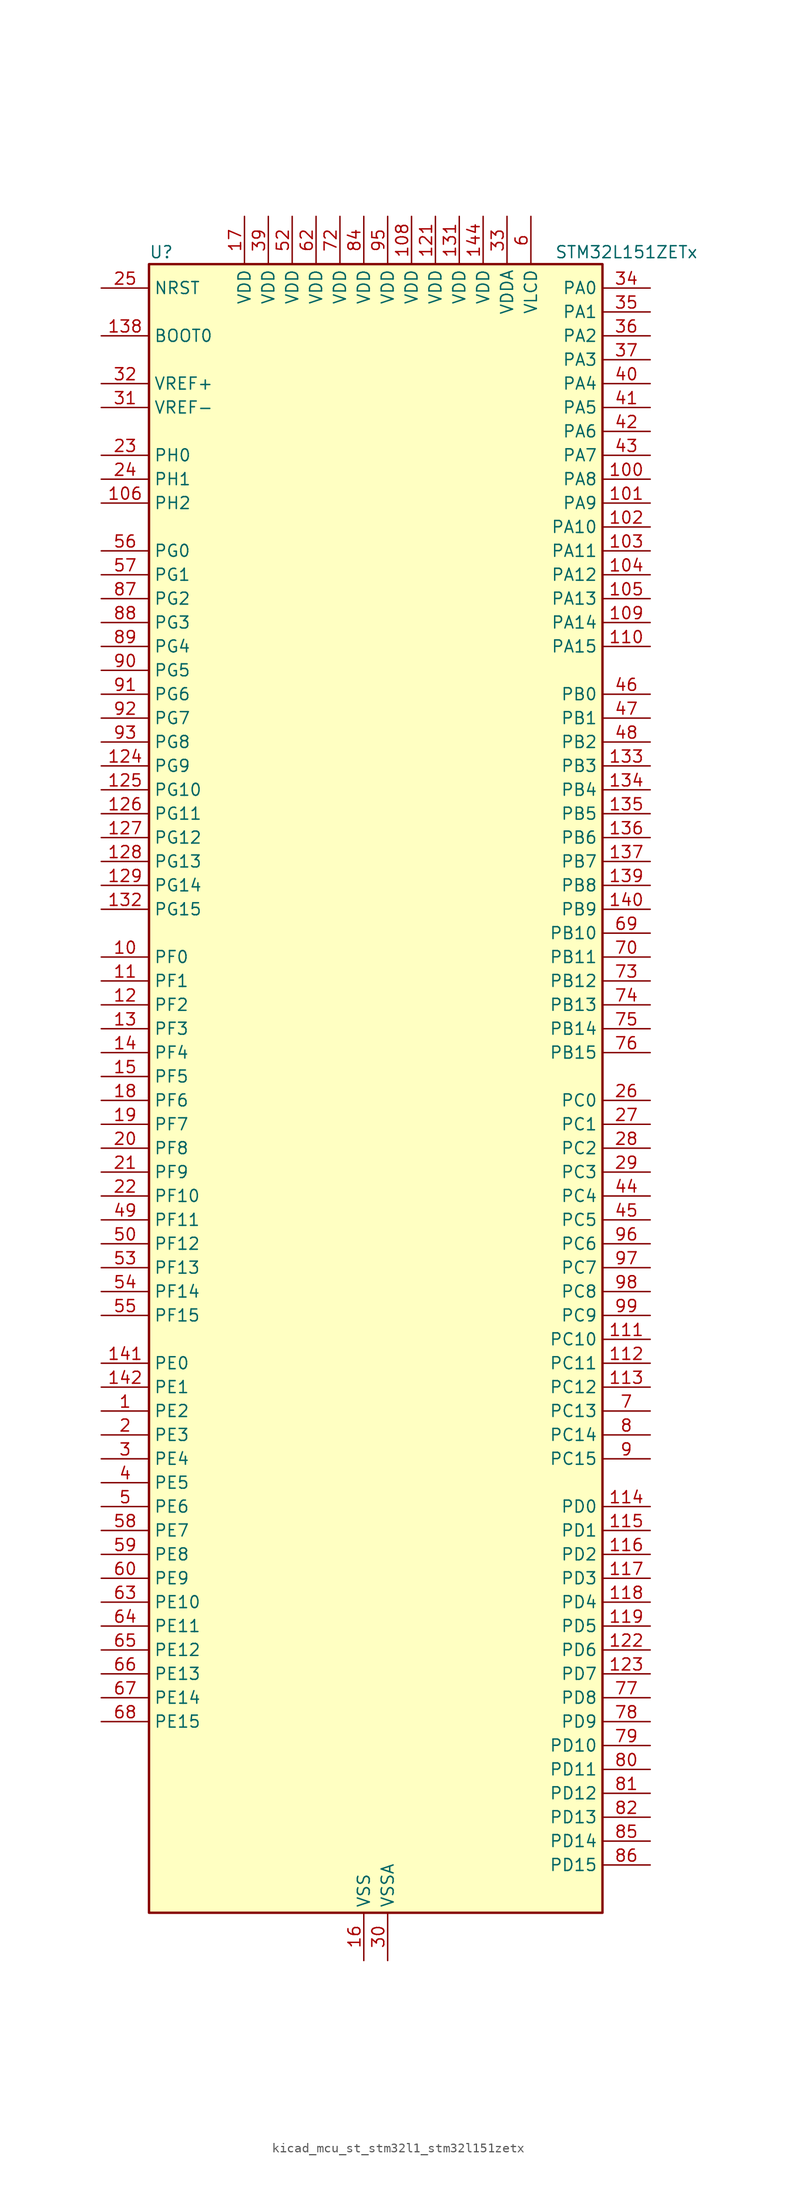
<source format=kicad_sym>
(kicad_symbol_lib
  (version 20220914)
  (generator kicad_symbol_editor)
  (symbol "kicad_mcu_st_stm32l1_stm32l151zetx"
    (property "Reference" "U"
      (at -22.86 90.17 0)
      (effects (font (size 1.27 1.27)) (justify left)))
    (property "Value" "STM32L151ZETx"
      (at 20.32 90.17 0)
      (effects (font (size 1.27 1.27)) (justify left)))
    (property "ki_locked" ""
      (at 0 0 0)
      (effects (font (size 1.27 1.27))))
    (symbol "kicad_mcu_st_stm32l1_stm32l151zetx_0_1"
      (rectangle (start -22.86 -86.36) (end 25.4 88.9) (stroke (width 0.254) (type default)) (fill (type background))))
    (symbol "kicad_mcu_st_stm32l1_stm32l151zetx_1_1"
      (pin bidirectional line (at -27.94 -33.02 0) (length 5.08) (name "PE2" (effects (font (size 1.27 1.27)))) (number "1" (effects (font (size 1.27 1.27)))) (alternate "SYS_TRACECK" bidirectional line) (alternate "TIM3_ETR" bidirectional line) (alternate "TIMX_IC3" bidirectional line))
      (pin bidirectional line (at -27.94 15.24 0) (length 5.08) (name "PF0" (effects (font (size 1.27 1.27)))) (number "10" (effects (font (size 1.27 1.27)))))
      (pin bidirectional line (at 30.48 66.04 180) (length 5.08) (name "PA8" (effects (font (size 1.27 1.27)))) (number "100" (effects (font (size 1.27 1.27)))) (alternate "RCC_MCO" bidirectional line) (alternate "TIMX_IC1" bidirectional line) (alternate "TS_G4_IO1" bidirectional line) (alternate "USART1_CK" bidirectional line))
      (pin bidirectional line (at 30.48 63.5 180) (length 5.08) (name "PA9" (effects (font (size 1.27 1.27)))) (number "101" (effects (font (size 1.27 1.27)))) (alternate "DAC_EXTI9" bidirectional line) (alternate "TIMX_IC2" bidirectional line) (alternate "TS_G4_IO2" bidirectional line) (alternate "USART1_TX" bidirectional line))
      (pin bidirectional line (at 30.48 60.96 180) (length 5.08) (name "PA10" (effects (font (size 1.27 1.27)))) (number "102" (effects (font (size 1.27 1.27)))) (alternate "TIMX_IC3" bidirectional line) (alternate "TS_G4_IO3" bidirectional line) (alternate "USART1_RX" bidirectional line))
      (pin bidirectional line (at 30.48 58.42 180) (length 5.08) (name "PA11" (effects (font (size 1.27 1.27)))) (number "103" (effects (font (size 1.27 1.27)))) (alternate "ADC_EXTI11" bidirectional line) (alternate "SPI1_MISO" bidirectional line) (alternate "TIMX_IC4" bidirectional line) (alternate "USART1_CTS" bidirectional line) (alternate "USB_DM" bidirectional line))
      (pin bidirectional line (at 30.48 55.88 180) (length 5.08) (name "PA12" (effects (font (size 1.27 1.27)))) (number "104" (effects (font (size 1.27 1.27)))) (alternate "SPI1_MOSI" bidirectional line) (alternate "TIMX_IC1" bidirectional line) (alternate "USART1_RTS" bidirectional line) (alternate "USB_DP" bidirectional line))
      (pin bidirectional line (at 30.48 53.34 180) (length 5.08) (name "PA13" (effects (font (size 1.27 1.27)))) (number "105" (effects (font (size 1.27 1.27)))) (alternate "SYS_JTMS-SWDIO" bidirectional line) (alternate "TIMX_IC2" bidirectional line) (alternate "TS_G5_IO1" bidirectional line))
      (pin bidirectional line (at -27.94 63.5 0) (length 5.08) (name "PH2" (effects (font (size 1.27 1.27)))) (number "106" (effects (font (size 1.27 1.27)))))
      (pin passive line (at 0 -91.44 90) (length 5.08) hide (name "VSS" (effects (font (size 1.27 1.27)))) (number "107" (effects (font (size 1.27 1.27)))))
      (pin power_in line (at 5.08 93.98 270) (length 5.08) (name "VDD" (effects (font (size 1.27 1.27)))) (number "108" (effects (font (size 1.27 1.27)))))
      (pin bidirectional line (at 30.48 50.8 180) (length 5.08) (name "PA14" (effects (font (size 1.27 1.27)))) (number "109" (effects (font (size 1.27 1.27)))) (alternate "SYS_JTCK-SWCLK" bidirectional line) (alternate "TIMX_IC3" bidirectional line) (alternate "TS_G5_IO2" bidirectional line))
      (pin bidirectional line (at -27.94 12.7 0) (length 5.08) (name "PF1" (effects (font (size 1.27 1.27)))) (number "11" (effects (font (size 1.27 1.27)))))
      (pin bidirectional line (at 30.48 48.26 180) (length 5.08) (name "PA15" (effects (font (size 1.27 1.27)))) (number "110" (effects (font (size 1.27 1.27)))) (alternate "ADC_EXTI15" bidirectional line) (alternate "I2S3_WS" bidirectional line) (alternate "SPI1_NSS" bidirectional line) (alternate "SPI3_NSS" bidirectional line) (alternate "SYS_JTDI" bidirectional line) (alternate "TIM2_CH1" bidirectional line) (alternate "TIM2_ETR" bidirectional line) (alternate "TIMX_IC4" bidirectional line) (alternate "TS_G5_IO3" bidirectional line))
      (pin bidirectional line (at 30.48 -25.4 180) (length 5.08) (name "PC10" (effects (font (size 1.27 1.27)))) (number "111" (effects (font (size 1.27 1.27)))) (alternate "I2S3_CK" bidirectional line) (alternate "SPI3_SCK" bidirectional line) (alternate "TIMX_IC3" bidirectional line) (alternate "UART4_TX" bidirectional line) (alternate "USART3_TX" bidirectional line))
      (pin bidirectional line (at 30.48 -27.94 180) (length 5.08) (name "PC11" (effects (font (size 1.27 1.27)))) (number "112" (effects (font (size 1.27 1.27)))) (alternate "ADC_EXTI11" bidirectional line) (alternate "SPI3_MISO" bidirectional line) (alternate "TIMX_IC4" bidirectional line) (alternate "UART4_RX" bidirectional line) (alternate "USART3_RX" bidirectional line))
      (pin bidirectional line (at 30.48 -30.48 180) (length 5.08) (name "PC12" (effects (font (size 1.27 1.27)))) (number "113" (effects (font (size 1.27 1.27)))) (alternate "I2S3_SD" bidirectional line) (alternate "SPI3_MOSI" bidirectional line) (alternate "TIMX_IC1" bidirectional line) (alternate "UART5_TX" bidirectional line) (alternate "USART3_CK" bidirectional line))
      (pin bidirectional line (at 30.48 -43.18 180) (length 5.08) (name "PD0" (effects (font (size 1.27 1.27)))) (number "114" (effects (font (size 1.27 1.27)))) (alternate "I2S2_WS" bidirectional line) (alternate "SPI2_NSS" bidirectional line) (alternate "TIM9_CH1" bidirectional line) (alternate "TIMX_IC1" bidirectional line))
      (pin bidirectional line (at 30.48 -45.72 180) (length 5.08) (name "PD1" (effects (font (size 1.27 1.27)))) (number "115" (effects (font (size 1.27 1.27)))) (alternate "I2S2_CK" bidirectional line) (alternate "SPI2_SCK" bidirectional line) (alternate "TIMX_IC2" bidirectional line))
      (pin bidirectional line (at 30.48 -48.26 180) (length 5.08) (name "PD2" (effects (font (size 1.27 1.27)))) (number "116" (effects (font (size 1.27 1.27)))) (alternate "TIM3_ETR" bidirectional line) (alternate "TIMX_IC3" bidirectional line) (alternate "UART5_RX" bidirectional line))
      (pin bidirectional line (at 30.48 -50.8 180) (length 5.08) (name "PD3" (effects (font (size 1.27 1.27)))) (number "117" (effects (font (size 1.27 1.27)))) (alternate "SPI2_MISO" bidirectional line) (alternate "TIMX_IC4" bidirectional line) (alternate "USART2_CTS" bidirectional line))
      (pin bidirectional line (at 30.48 -53.34 180) (length 5.08) (name "PD4" (effects (font (size 1.27 1.27)))) (number "118" (effects (font (size 1.27 1.27)))) (alternate "I2S2_SD" bidirectional line) (alternate "SPI2_MOSI" bidirectional line) (alternate "TIMX_IC1" bidirectional line) (alternate "USART2_RTS" bidirectional line))
      (pin bidirectional line (at 30.48 -55.88 180) (length 5.08) (name "PD5" (effects (font (size 1.27 1.27)))) (number "119" (effects (font (size 1.27 1.27)))) (alternate "TIMX_IC2" bidirectional line) (alternate "USART2_TX" bidirectional line))
      (pin bidirectional line (at -27.94 10.16 0) (length 5.08) (name "PF2" (effects (font (size 1.27 1.27)))) (number "12" (effects (font (size 1.27 1.27)))))
      (pin passive line (at 0 -91.44 90) (length 5.08) hide (name "VSS" (effects (font (size 1.27 1.27)))) (number "120" (effects (font (size 1.27 1.27)))))
      (pin power_in line (at 7.62 93.98 270) (length 5.08) (name "VDD" (effects (font (size 1.27 1.27)))) (number "121" (effects (font (size 1.27 1.27)))))
      (pin bidirectional line (at 30.48 -58.42 180) (length 5.08) (name "PD6" (effects (font (size 1.27 1.27)))) (number "122" (effects (font (size 1.27 1.27)))) (alternate "TIMX_IC3" bidirectional line) (alternate "USART2_RX" bidirectional line))
      (pin bidirectional line (at 30.48 -60.96 180) (length 5.08) (name "PD7" (effects (font (size 1.27 1.27)))) (number "123" (effects (font (size 1.27 1.27)))) (alternate "TIM9_CH2" bidirectional line) (alternate "TIMX_IC4" bidirectional line) (alternate "USART2_CK" bidirectional line))
      (pin bidirectional line (at -27.94 35.56 0) (length 5.08) (name "PG9" (effects (font (size 1.27 1.27)))) (number "124" (effects (font (size 1.27 1.27)))) (alternate "DAC_EXTI9" bidirectional line))
      (pin bidirectional line (at -27.94 33.02 0) (length 5.08) (name "PG10" (effects (font (size 1.27 1.27)))) (number "125" (effects (font (size 1.27 1.27)))))
      (pin bidirectional line (at -27.94 30.48 0) (length 5.08) (name "PG11" (effects (font (size 1.27 1.27)))) (number "126" (effects (font (size 1.27 1.27)))) (alternate "ADC_EXTI11" bidirectional line))
      (pin bidirectional line (at -27.94 27.94 0) (length 5.08) (name "PG12" (effects (font (size 1.27 1.27)))) (number "127" (effects (font (size 1.27 1.27)))))
      (pin bidirectional line (at -27.94 25.4 0) (length 5.08) (name "PG13" (effects (font (size 1.27 1.27)))) (number "128" (effects (font (size 1.27 1.27)))))
      (pin bidirectional line (at -27.94 22.86 0) (length 5.08) (name "PG14" (effects (font (size 1.27 1.27)))) (number "129" (effects (font (size 1.27 1.27)))))
      (pin bidirectional line (at -27.94 7.62 0) (length 5.08) (name "PF3" (effects (font (size 1.27 1.27)))) (number "13" (effects (font (size 1.27 1.27)))))
      (pin passive line (at 0 -91.44 90) (length 5.08) hide (name "VSS" (effects (font (size 1.27 1.27)))) (number "130" (effects (font (size 1.27 1.27)))))
      (pin power_in line (at 10.16 93.98 270) (length 5.08) (name "VDD" (effects (font (size 1.27 1.27)))) (number "131" (effects (font (size 1.27 1.27)))))
      (pin bidirectional line (at -27.94 20.32 0) (length 5.08) (name "PG15" (effects (font (size 1.27 1.27)))) (number "132" (effects (font (size 1.27 1.27)))) (alternate "ADC_EXTI15" bidirectional line))
      (pin bidirectional line (at 30.48 35.56 180) (length 5.08) (name "PB3" (effects (font (size 1.27 1.27)))) (number "133" (effects (font (size 1.27 1.27)))) (alternate "COMP2_INM" bidirectional line) (alternate "I2S3_CK" bidirectional line) (alternate "SPI1_SCK" bidirectional line) (alternate "SPI3_SCK" bidirectional line) (alternate "SYS_JTDO-TRACESWO" bidirectional line) (alternate "TIM2_CH2" bidirectional line))
      (pin bidirectional line (at 30.48 33.02 180) (length 5.08) (name "PB4" (effects (font (size 1.27 1.27)))) (number "134" (effects (font (size 1.27 1.27)))) (alternate "COMP2_INP" bidirectional line) (alternate "SPI1_MISO" bidirectional line) (alternate "SPI3_MISO" bidirectional line) (alternate "SYS_JTRST" bidirectional line) (alternate "TIM3_CH1" bidirectional line) (alternate "TS_G6_IO1" bidirectional line))
      (pin bidirectional line (at 30.48 30.48 180) (length 5.08) (name "PB5" (effects (font (size 1.27 1.27)))) (number "135" (effects (font (size 1.27 1.27)))) (alternate "COMP2_INP" bidirectional line) (alternate "I2C1_SMBA" bidirectional line) (alternate "I2S3_SD" bidirectional line) (alternate "SPI1_MOSI" bidirectional line) (alternate "SPI3_MOSI" bidirectional line) (alternate "TIM3_CH2" bidirectional line) (alternate "TS_G6_IO2" bidirectional line))
      (pin bidirectional line (at 30.48 27.94 180) (length 5.08) (name "PB6" (effects (font (size 1.27 1.27)))) (number "136" (effects (font (size 1.27 1.27)))) (alternate "COMP2_INP" bidirectional line) (alternate "I2C1_SCL" bidirectional line) (alternate "TIM4_CH1" bidirectional line) (alternate "TS_G6_IO3" bidirectional line) (alternate "USART1_TX" bidirectional line))
      (pin bidirectional line (at 30.48 25.4 180) (length 5.08) (name "PB7" (effects (font (size 1.27 1.27)))) (number "137" (effects (font (size 1.27 1.27)))) (alternate "COMP2_INP" bidirectional line) (alternate "I2C1_SDA" bidirectional line) (alternate "SYS_PVD_IN" bidirectional line) (alternate "TIM4_CH2" bidirectional line) (alternate "TS_G6_IO4" bidirectional line) (alternate "USART1_RX" bidirectional line))
      (pin input line (at -27.94 81.28 0) (length 5.08) (name "BOOT0" (effects (font (size 1.27 1.27)))) (number "138" (effects (font (size 1.27 1.27)))))
      (pin bidirectional line (at 30.48 22.86 180) (length 5.08) (name "PB8" (effects (font (size 1.27 1.27)))) (number "139" (effects (font (size 1.27 1.27)))) (alternate "I2C1_SCL" bidirectional line) (alternate "TIM10_CH1" bidirectional line) (alternate "TIM4_CH3" bidirectional line))
      (pin bidirectional line (at -27.94 5.08 0) (length 5.08) (name "PF4" (effects (font (size 1.27 1.27)))) (number "14" (effects (font (size 1.27 1.27)))))
      (pin bidirectional line (at 30.48 20.32 180) (length 5.08) (name "PB9" (effects (font (size 1.27 1.27)))) (number "140" (effects (font (size 1.27 1.27)))) (alternate "DAC_EXTI9" bidirectional line) (alternate "I2C1_SDA" bidirectional line) (alternate "TIM11_CH1" bidirectional line) (alternate "TIM4_CH4" bidirectional line))
      (pin bidirectional line (at -27.94 -27.94 0) (length 5.08) (name "PE0" (effects (font (size 1.27 1.27)))) (number "141" (effects (font (size 1.27 1.27)))) (alternate "TIM10_CH1" bidirectional line) (alternate "TIM4_ETR" bidirectional line) (alternate "TIMX_IC1" bidirectional line))
      (pin bidirectional line (at -27.94 -30.48 0) (length 5.08) (name "PE1" (effects (font (size 1.27 1.27)))) (number "142" (effects (font (size 1.27 1.27)))) (alternate "TIM11_CH1" bidirectional line) (alternate "TIMX_IC2" bidirectional line))
      (pin passive line (at 0 -91.44 90) (length 5.08) hide (name "VSS" (effects (font (size 1.27 1.27)))) (number "143" (effects (font (size 1.27 1.27)))))
      (pin power_in line (at 12.7 93.98 270) (length 5.08) (name "VDD" (effects (font (size 1.27 1.27)))) (number "144" (effects (font (size 1.27 1.27)))))
      (pin bidirectional line (at -27.94 2.54 0) (length 5.08) (name "PF5" (effects (font (size 1.27 1.27)))) (number "15" (effects (font (size 1.27 1.27)))))
      (pin power_in line (at 0 -91.44 90) (length 5.08) (name "VSS" (effects (font (size 1.27 1.27)))) (number "16" (effects (font (size 1.27 1.27)))))
      (pin power_in line (at -12.7 93.98 270) (length 5.08) (name "VDD" (effects (font (size 1.27 1.27)))) (number "17" (effects (font (size 1.27 1.27)))))
      (pin bidirectional line (at -27.94 0 0) (length 5.08) (name "PF6" (effects (font (size 1.27 1.27)))) (number "18" (effects (font (size 1.27 1.27)))) (alternate "ADC_IN27" bidirectional line) (alternate "TIM5_CH1" bidirectional line) (alternate "TIM5_ETR" bidirectional line) (alternate "TS_G11_IO1" bidirectional line))
      (pin bidirectional line (at -27.94 -2.54 0) (length 5.08) (name "PF7" (effects (font (size 1.27 1.27)))) (number "19" (effects (font (size 1.27 1.27)))) (alternate "ADC_IN28" bidirectional line) (alternate "COMP1_INP" bidirectional line) (alternate "TIM5_CH2" bidirectional line) (alternate "TS_G11_IO2" bidirectional line))
      (pin bidirectional line (at -27.94 -35.56 0) (length 5.08) (name "PE3" (effects (font (size 1.27 1.27)))) (number "2" (effects (font (size 1.27 1.27)))) (alternate "SYS_TRACED0" bidirectional line) (alternate "TIM3_CH1" bidirectional line) (alternate "TIMX_IC4" bidirectional line))
      (pin bidirectional line (at -27.94 -5.08 0) (length 5.08) (name "PF8" (effects (font (size 1.27 1.27)))) (number "20" (effects (font (size 1.27 1.27)))) (alternate "ADC_IN29" bidirectional line) (alternate "COMP1_INP" bidirectional line) (alternate "TIM5_CH3" bidirectional line) (alternate "TS_G11_IO3" bidirectional line))
      (pin bidirectional line (at -27.94 -7.62 0) (length 5.08) (name "PF9" (effects (font (size 1.27 1.27)))) (number "21" (effects (font (size 1.27 1.27)))) (alternate "ADC_IN30" bidirectional line) (alternate "COMP1_INP" bidirectional line) (alternate "DAC_EXTI9" bidirectional line) (alternate "TIM5_CH4" bidirectional line) (alternate "TS_G11_IO4" bidirectional line))
      (pin bidirectional line (at -27.94 -10.16 0) (length 5.08) (name "PF10" (effects (font (size 1.27 1.27)))) (number "22" (effects (font (size 1.27 1.27)))) (alternate "ADC_IN31" bidirectional line) (alternate "COMP1_INP" bidirectional line) (alternate "TS_G11_IO5" bidirectional line))
      (pin bidirectional line (at -27.94 68.58 0) (length 5.08) (name "PH0" (effects (font (size 1.27 1.27)))) (number "23" (effects (font (size 1.27 1.27)))) (alternate "RCC_OSC_IN" bidirectional line))
      (pin bidirectional line (at -27.94 66.04 0) (length 5.08) (name "PH1" (effects (font (size 1.27 1.27)))) (number "24" (effects (font (size 1.27 1.27)))) (alternate "RCC_OSC_OUT" bidirectional line))
      (pin input line (at -27.94 86.36 0) (length 5.08) (name "NRST" (effects (font (size 1.27 1.27)))) (number "25" (effects (font (size 1.27 1.27)))))
      (pin bidirectional line (at 30.48 0 180) (length 5.08) (name "PC0" (effects (font (size 1.27 1.27)))) (number "26" (effects (font (size 1.27 1.27)))) (alternate "ADC_IN10" bidirectional line) (alternate "COMP1_INP" bidirectional line) (alternate "TIMX_IC1" bidirectional line) (alternate "TS_G8_IO1" bidirectional line))
      (pin bidirectional line (at 30.48 -2.54 180) (length 5.08) (name "PC1" (effects (font (size 1.27 1.27)))) (number "27" (effects (font (size 1.27 1.27)))) (alternate "ADC_IN11" bidirectional line) (alternate "COMP1_INP" bidirectional line) (alternate "TIMX_IC2" bidirectional line) (alternate "TS_G8_IO2" bidirectional line))
      (pin bidirectional line (at 30.48 -5.08 180) (length 5.08) (name "PC2" (effects (font (size 1.27 1.27)))) (number "28" (effects (font (size 1.27 1.27)))) (alternate "ADC_IN12" bidirectional line) (alternate "COMP1_INP" bidirectional line) (alternate "TIMX_IC3" bidirectional line) (alternate "TS_G8_IO3" bidirectional line))
      (pin bidirectional line (at 30.48 -7.62 180) (length 5.08) (name "PC3" (effects (font (size 1.27 1.27)))) (number "29" (effects (font (size 1.27 1.27)))) (alternate "ADC_IN13" bidirectional line) (alternate "COMP1_INP" bidirectional line) (alternate "TIMX_IC4" bidirectional line) (alternate "TS_G8_IO4" bidirectional line))
      (pin bidirectional line (at -27.94 -38.1 0) (length 5.08) (name "PE4" (effects (font (size 1.27 1.27)))) (number "3" (effects (font (size 1.27 1.27)))) (alternate "SYS_TRACED1" bidirectional line) (alternate "TIM3_CH2" bidirectional line) (alternate "TIMX_IC1" bidirectional line))
      (pin power_in line (at 2.54 -91.44 90) (length 5.08) (name "VSSA" (effects (font (size 1.27 1.27)))) (number "30" (effects (font (size 1.27 1.27)))))
      (pin input line (at -27.94 73.66 0) (length 5.08) (name "VREF-" (effects (font (size 1.27 1.27)))) (number "31" (effects (font (size 1.27 1.27)))))
      (pin input line (at -27.94 76.2 0) (length 5.08) (name "VREF+" (effects (font (size 1.27 1.27)))) (number "32" (effects (font (size 1.27 1.27)))))
      (pin power_in line (at 15.24 93.98 270) (length 5.08) (name "VDDA" (effects (font (size 1.27 1.27)))) (number "33" (effects (font (size 1.27 1.27)))))
      (pin bidirectional line (at 30.48 86.36 180) (length 5.08) (name "PA0" (effects (font (size 1.27 1.27)))) (number "34" (effects (font (size 1.27 1.27)))) (alternate "ADC_IN0" bidirectional line) (alternate "COMP1_INP" bidirectional line) (alternate "RTC_TAMP2" bidirectional line) (alternate "SYS_WKUP1" bidirectional line) (alternate "TIM2_CH1" bidirectional line) (alternate "TIM2_ETR" bidirectional line) (alternate "TIM5_CH1" bidirectional line) (alternate "TIMX_IC1" bidirectional line) (alternate "TS_G1_IO1" bidirectional line) (alternate "USART2_CTS" bidirectional line))
      (pin bidirectional line (at 30.48 83.82 180) (length 5.08) (name "PA1" (effects (font (size 1.27 1.27)))) (number "35" (effects (font (size 1.27 1.27)))) (alternate "ADC_IN1" bidirectional line) (alternate "COMP1_INP" bidirectional line) (alternate "OPAMP1_VINP" bidirectional line) (alternate "TIM2_CH2" bidirectional line) (alternate "TIM5_CH2" bidirectional line) (alternate "TIMX_IC2" bidirectional line) (alternate "TS_G1_IO2" bidirectional line) (alternate "USART2_RTS" bidirectional line))
      (pin bidirectional line (at 30.48 81.28 180) (length 5.08) (name "PA2" (effects (font (size 1.27 1.27)))) (number "36" (effects (font (size 1.27 1.27)))) (alternate "ADC_IN2" bidirectional line) (alternate "COMP1_INP" bidirectional line) (alternate "OPAMP1_VINM" bidirectional line) (alternate "TIM2_CH3" bidirectional line) (alternate "TIM5_CH3" bidirectional line) (alternate "TIM9_CH1" bidirectional line) (alternate "TIMX_IC3" bidirectional line) (alternate "TS_G1_IO3" bidirectional line) (alternate "USART2_TX" bidirectional line))
      (pin bidirectional line (at 30.48 78.74 180) (length 5.08) (name "PA3" (effects (font (size 1.27 1.27)))) (number "37" (effects (font (size 1.27 1.27)))) (alternate "ADC_IN3" bidirectional line) (alternate "COMP1_INP" bidirectional line) (alternate "OPAMP1_VOUT" bidirectional line) (alternate "TIM2_CH4" bidirectional line) (alternate "TIM5_CH4" bidirectional line) (alternate "TIM9_CH2" bidirectional line) (alternate "TIMX_IC4" bidirectional line) (alternate "TS_G1_IO4" bidirectional line) (alternate "USART2_RX" bidirectional line))
      (pin passive line (at 0 -91.44 90) (length 5.08) hide (name "VSS" (effects (font (size 1.27 1.27)))) (number "38" (effects (font (size 1.27 1.27)))))
      (pin power_in line (at -10.16 93.98 270) (length 5.08) (name "VDD" (effects (font (size 1.27 1.27)))) (number "39" (effects (font (size 1.27 1.27)))))
      (pin bidirectional line (at -27.94 -40.64 0) (length 5.08) (name "PE5" (effects (font (size 1.27 1.27)))) (number "4" (effects (font (size 1.27 1.27)))) (alternate "SYS_TRACED2" bidirectional line) (alternate "TIM9_CH1" bidirectional line) (alternate "TIMX_IC2" bidirectional line))
      (pin bidirectional line (at 30.48 76.2 180) (length 5.08) (name "PA4" (effects (font (size 1.27 1.27)))) (number "40" (effects (font (size 1.27 1.27)))) (alternate "ADC_IN4" bidirectional line) (alternate "COMP1_INP" bidirectional line) (alternate "DAC_OUT1" bidirectional line) (alternate "I2S3_WS" bidirectional line) (alternate "SPI1_NSS" bidirectional line) (alternate "SPI3_NSS" bidirectional line) (alternate "TIMX_IC1" bidirectional line) (alternate "USART2_CK" bidirectional line))
      (pin bidirectional line (at 30.48 73.66 180) (length 5.08) (name "PA5" (effects (font (size 1.27 1.27)))) (number "41" (effects (font (size 1.27 1.27)))) (alternate "ADC_IN5" bidirectional line) (alternate "COMP1_INP" bidirectional line) (alternate "DAC_OUT2" bidirectional line) (alternate "SPI1_SCK" bidirectional line) (alternate "TIM2_CH1" bidirectional line) (alternate "TIM2_ETR" bidirectional line) (alternate "TIMX_IC2" bidirectional line))
      (pin bidirectional line (at 30.48 71.12 180) (length 5.08) (name "PA6" (effects (font (size 1.27 1.27)))) (number "42" (effects (font (size 1.27 1.27)))) (alternate "ADC_IN6" bidirectional line) (alternate "COMP1_INP" bidirectional line) (alternate "OPAMP2_VINP" bidirectional line) (alternate "SPI1_MISO" bidirectional line) (alternate "TIM10_CH1" bidirectional line) (alternate "TIM3_CH1" bidirectional line) (alternate "TIMX_IC3" bidirectional line) (alternate "TS_G2_IO1" bidirectional line))
      (pin bidirectional line (at 30.48 68.58 180) (length 5.08) (name "PA7" (effects (font (size 1.27 1.27)))) (number "43" (effects (font (size 1.27 1.27)))) (alternate "ADC_IN7" bidirectional line) (alternate "COMP1_INP" bidirectional line) (alternate "OPAMP2_VINM" bidirectional line) (alternate "SPI1_MOSI" bidirectional line) (alternate "TIM11_CH1" bidirectional line) (alternate "TIM3_CH2" bidirectional line) (alternate "TIMX_IC4" bidirectional line) (alternate "TS_G2_IO2" bidirectional line))
      (pin bidirectional line (at 30.48 -10.16 180) (length 5.08) (name "PC4" (effects (font (size 1.27 1.27)))) (number "44" (effects (font (size 1.27 1.27)))) (alternate "ADC_IN14" bidirectional line) (alternate "COMP1_INP" bidirectional line) (alternate "TIMX_IC1" bidirectional line) (alternate "TS_G9_IO1" bidirectional line))
      (pin bidirectional line (at 30.48 -12.7 180) (length 5.08) (name "PC5" (effects (font (size 1.27 1.27)))) (number "45" (effects (font (size 1.27 1.27)))) (alternate "ADC_IN15" bidirectional line) (alternate "COMP1_INP" bidirectional line) (alternate "TIMX_IC2" bidirectional line) (alternate "TS_G9_IO2" bidirectional line))
      (pin bidirectional line (at 30.48 43.18 180) (length 5.08) (name "PB0" (effects (font (size 1.27 1.27)))) (number "46" (effects (font (size 1.27 1.27)))) (alternate "ADC_IN8" bidirectional line) (alternate "COMP1_INP" bidirectional line) (alternate "OPAMP2_VOUT" bidirectional line) (alternate "SYS_V_REF_OUT" bidirectional line) (alternate "TIM3_CH3" bidirectional line) (alternate "TS_G3_IO1" bidirectional line))
      (pin bidirectional line (at 30.48 40.64 180) (length 5.08) (name "PB1" (effects (font (size 1.27 1.27)))) (number "47" (effects (font (size 1.27 1.27)))) (alternate "ADC_IN9" bidirectional line) (alternate "COMP1_INP" bidirectional line) (alternate "SYS_V_REF_OUT" bidirectional line) (alternate "TIM3_CH4" bidirectional line) (alternate "TS_G3_IO2" bidirectional line))
      (pin bidirectional line (at 30.48 38.1 180) (length 5.08) (name "PB2" (effects (font (size 1.27 1.27)))) (number "48" (effects (font (size 1.27 1.27)))) (alternate "ADC_IN0b" bidirectional line) (alternate "TS_G3_IO3" bidirectional line))
      (pin bidirectional line (at -27.94 -12.7 0) (length 5.08) (name "PF11" (effects (font (size 1.27 1.27)))) (number "49" (effects (font (size 1.27 1.27)))) (alternate "ADC_EXTI11" bidirectional line) (alternate "ADC_IN1b" bidirectional line) (alternate "TS_G3_IO4" bidirectional line))
      (pin bidirectional line (at -27.94 -43.18 0) (length 5.08) (name "PE6" (effects (font (size 1.27 1.27)))) (number "5" (effects (font (size 1.27 1.27)))) (alternate "RTC_TAMP3" bidirectional line) (alternate "SYS_TRACED3" bidirectional line) (alternate "SYS_WKUP3" bidirectional line) (alternate "TIM9_CH2" bidirectional line) (alternate "TIMX_IC3" bidirectional line))
      (pin bidirectional line (at -27.94 -15.24 0) (length 5.08) (name "PF12" (effects (font (size 1.27 1.27)))) (number "50" (effects (font (size 1.27 1.27)))) (alternate "ADC_IN2b" bidirectional line) (alternate "TS_G3_IO5" bidirectional line))
      (pin passive line (at 0 -91.44 90) (length 5.08) hide (name "VSS" (effects (font (size 1.27 1.27)))) (number "51" (effects (font (size 1.27 1.27)))))
      (pin power_in line (at -7.62 93.98 270) (length 5.08) (name "VDD" (effects (font (size 1.27 1.27)))) (number "52" (effects (font (size 1.27 1.27)))))
      (pin bidirectional line (at -27.94 -17.78 0) (length 5.08) (name "PF13" (effects (font (size 1.27 1.27)))) (number "53" (effects (font (size 1.27 1.27)))) (alternate "ADC_IN3b" bidirectional line) (alternate "TS_G9_IO3" bidirectional line))
      (pin bidirectional line (at -27.94 -20.32 0) (length 5.08) (name "PF14" (effects (font (size 1.27 1.27)))) (number "54" (effects (font (size 1.27 1.27)))) (alternate "ADC_IN6b" bidirectional line) (alternate "TS_G9_IO4" bidirectional line))
      (pin bidirectional line (at -27.94 -22.86 0) (length 5.08) (name "PF15" (effects (font (size 1.27 1.27)))) (number "55" (effects (font (size 1.27 1.27)))) (alternate "ADC_EXTI15" bidirectional line) (alternate "ADC_IN7b" bidirectional line) (alternate "TS_G2_IO3" bidirectional line))
      (pin bidirectional line (at -27.94 58.42 0) (length 5.08) (name "PG0" (effects (font (size 1.27 1.27)))) (number "56" (effects (font (size 1.27 1.27)))) (alternate "ADC_IN8b" bidirectional line) (alternate "TS_G2_IO4" bidirectional line))
      (pin bidirectional line (at -27.94 55.88 0) (length 5.08) (name "PG1" (effects (font (size 1.27 1.27)))) (number "57" (effects (font (size 1.27 1.27)))) (alternate "ADC_IN9b" bidirectional line) (alternate "TS_G2_IO5" bidirectional line))
      (pin bidirectional line (at -27.94 -45.72 0) (length 5.08) (name "PE7" (effects (font (size 1.27 1.27)))) (number "58" (effects (font (size 1.27 1.27)))) (alternate "ADC_IN22" bidirectional line) (alternate "COMP1_INP" bidirectional line) (alternate "TIMX_IC4" bidirectional line))
      (pin bidirectional line (at -27.94 -48.26 0) (length 5.08) (name "PE8" (effects (font (size 1.27 1.27)))) (number "59" (effects (font (size 1.27 1.27)))) (alternate "ADC_IN23" bidirectional line) (alternate "COMP1_INP" bidirectional line) (alternate "TIMX_IC1" bidirectional line))
      (pin power_in line (at 17.78 93.98 270) (length 5.08) (name "VLCD" (effects (font (size 1.27 1.27)))) (number "6" (effects (font (size 1.27 1.27)))))
      (pin bidirectional line (at -27.94 -50.8 0) (length 5.08) (name "PE9" (effects (font (size 1.27 1.27)))) (number "60" (effects (font (size 1.27 1.27)))) (alternate "ADC_IN24" bidirectional line) (alternate "COMP1_INP" bidirectional line) (alternate "DAC_EXTI9" bidirectional line) (alternate "TIM2_CH1" bidirectional line) (alternate "TIM2_ETR" bidirectional line) (alternate "TIMX_IC2" bidirectional line))
      (pin passive line (at 0 -91.44 90) (length 5.08) hide (name "VSS" (effects (font (size 1.27 1.27)))) (number "61" (effects (font (size 1.27 1.27)))))
      (pin power_in line (at -5.08 93.98 270) (length 5.08) (name "VDD" (effects (font (size 1.27 1.27)))) (number "62" (effects (font (size 1.27 1.27)))))
      (pin bidirectional line (at -27.94 -53.34 0) (length 5.08) (name "PE10" (effects (font (size 1.27 1.27)))) (number "63" (effects (font (size 1.27 1.27)))) (alternate "ADC_IN25" bidirectional line) (alternate "COMP1_INP" bidirectional line) (alternate "TIM2_CH2" bidirectional line) (alternate "TIMX_IC3" bidirectional line))
      (pin bidirectional line (at -27.94 -55.88 0) (length 5.08) (name "PE11" (effects (font (size 1.27 1.27)))) (number "64" (effects (font (size 1.27 1.27)))) (alternate "ADC_EXTI11" bidirectional line) (alternate "TIM2_CH3" bidirectional line) (alternate "TIMX_IC4" bidirectional line))
      (pin bidirectional line (at -27.94 -58.42 0) (length 5.08) (name "PE12" (effects (font (size 1.27 1.27)))) (number "65" (effects (font (size 1.27 1.27)))) (alternate "SPI1_NSS" bidirectional line) (alternate "TIM2_CH4" bidirectional line) (alternate "TIMX_IC1" bidirectional line))
      (pin bidirectional line (at -27.94 -60.96 0) (length 5.08) (name "PE13" (effects (font (size 1.27 1.27)))) (number "66" (effects (font (size 1.27 1.27)))) (alternate "SPI1_SCK" bidirectional line) (alternate "TIMX_IC2" bidirectional line))
      (pin bidirectional line (at -27.94 -63.5 0) (length 5.08) (name "PE14" (effects (font (size 1.27 1.27)))) (number "67" (effects (font (size 1.27 1.27)))) (alternate "SPI1_MISO" bidirectional line) (alternate "TIMX_IC3" bidirectional line))
      (pin bidirectional line (at -27.94 -66.04 0) (length 5.08) (name "PE15" (effects (font (size 1.27 1.27)))) (number "68" (effects (font (size 1.27 1.27)))) (alternate "ADC_EXTI15" bidirectional line) (alternate "SPI1_MOSI" bidirectional line) (alternate "TIMX_IC4" bidirectional line))
      (pin bidirectional line (at 30.48 17.78 180) (length 5.08) (name "PB10" (effects (font (size 1.27 1.27)))) (number "69" (effects (font (size 1.27 1.27)))) (alternate "I2C2_SCL" bidirectional line) (alternate "TIM2_CH3" bidirectional line) (alternate "USART3_TX" bidirectional line))
      (pin bidirectional line (at 30.48 -33.02 180) (length 5.08) (name "PC13" (effects (font (size 1.27 1.27)))) (number "7" (effects (font (size 1.27 1.27)))) (alternate "RTC_OUT_ALARM" bidirectional line) (alternate "RTC_OUT_CALIB" bidirectional line) (alternate "RTC_TAMP1" bidirectional line) (alternate "RTC_TS" bidirectional line) (alternate "SYS_WKUP2" bidirectional line) (alternate "TIMX_IC2" bidirectional line))
      (pin bidirectional line (at 30.48 15.24 180) (length 5.08) (name "PB11" (effects (font (size 1.27 1.27)))) (number "70" (effects (font (size 1.27 1.27)))) (alternate "ADC_EXTI11" bidirectional line) (alternate "I2C2_SDA" bidirectional line) (alternate "TIM2_CH4" bidirectional line) (alternate "USART3_RX" bidirectional line))
      (pin passive line (at 0 -91.44 90) (length 5.08) hide (name "VSS" (effects (font (size 1.27 1.27)))) (number "71" (effects (font (size 1.27 1.27)))))
      (pin power_in line (at -2.54 93.98 270) (length 5.08) (name "VDD" (effects (font (size 1.27 1.27)))) (number "72" (effects (font (size 1.27 1.27)))))
      (pin bidirectional line (at 30.48 12.7 180) (length 5.08) (name "PB12" (effects (font (size 1.27 1.27)))) (number "73" (effects (font (size 1.27 1.27)))) (alternate "ADC_IN18" bidirectional line) (alternate "COMP1_INP" bidirectional line) (alternate "I2C2_SMBA" bidirectional line) (alternate "I2S2_WS" bidirectional line) (alternate "SPI2_NSS" bidirectional line) (alternate "TIM10_CH1" bidirectional line) (alternate "TS_G7_IO1" bidirectional line) (alternate "USART3_CK" bidirectional line))
      (pin bidirectional line (at 30.48 10.16 180) (length 5.08) (name "PB13" (effects (font (size 1.27 1.27)))) (number "74" (effects (font (size 1.27 1.27)))) (alternate "ADC_IN19" bidirectional line) (alternate "COMP1_INP" bidirectional line) (alternate "I2S2_CK" bidirectional line) (alternate "SPI2_SCK" bidirectional line) (alternate "TIM9_CH1" bidirectional line) (alternate "TS_G7_IO2" bidirectional line) (alternate "USART3_CTS" bidirectional line))
      (pin bidirectional line (at 30.48 7.62 180) (length 5.08) (name "PB14" (effects (font (size 1.27 1.27)))) (number "75" (effects (font (size 1.27 1.27)))) (alternate "ADC_IN20" bidirectional line) (alternate "COMP1_INP" bidirectional line) (alternate "SPI2_MISO" bidirectional line) (alternate "TIM9_CH2" bidirectional line) (alternate "TS_G7_IO3" bidirectional line) (alternate "USART3_RTS" bidirectional line))
      (pin bidirectional line (at 30.48 5.08 180) (length 5.08) (name "PB15" (effects (font (size 1.27 1.27)))) (number "76" (effects (font (size 1.27 1.27)))) (alternate "ADC_EXTI15" bidirectional line) (alternate "ADC_IN21" bidirectional line) (alternate "COMP1_INP" bidirectional line) (alternate "I2S2_SD" bidirectional line) (alternate "RTC_REFIN" bidirectional line) (alternate "SPI2_MOSI" bidirectional line) (alternate "TIM11_CH1" bidirectional line) (alternate "TS_G7_IO4" bidirectional line))
      (pin bidirectional line (at 30.48 -63.5 180) (length 5.08) (name "PD8" (effects (font (size 1.27 1.27)))) (number "77" (effects (font (size 1.27 1.27)))) (alternate "TIMX_IC1" bidirectional line) (alternate "USART3_TX" bidirectional line))
      (pin bidirectional line (at 30.48 -66.04 180) (length 5.08) (name "PD9" (effects (font (size 1.27 1.27)))) (number "78" (effects (font (size 1.27 1.27)))) (alternate "DAC_EXTI9" bidirectional line) (alternate "TIMX_IC2" bidirectional line) (alternate "USART3_RX" bidirectional line))
      (pin bidirectional line (at 30.48 -68.58 180) (length 5.08) (name "PD10" (effects (font (size 1.27 1.27)))) (number "79" (effects (font (size 1.27 1.27)))) (alternate "TIMX_IC3" bidirectional line) (alternate "USART3_CK" bidirectional line))
      (pin bidirectional line (at 30.48 -35.56 180) (length 5.08) (name "PC14" (effects (font (size 1.27 1.27)))) (number "8" (effects (font (size 1.27 1.27)))) (alternate "RCC_OSC32_IN" bidirectional line) (alternate "TIMX_IC3" bidirectional line))
      (pin bidirectional line (at 30.48 -71.12 180) (length 5.08) (name "PD11" (effects (font (size 1.27 1.27)))) (number "80" (effects (font (size 1.27 1.27)))) (alternate "ADC_EXTI11" bidirectional line) (alternate "TIMX_IC4" bidirectional line) (alternate "USART3_CTS" bidirectional line))
      (pin bidirectional line (at 30.48 -73.66 180) (length 5.08) (name "PD12" (effects (font (size 1.27 1.27)))) (number "81" (effects (font (size 1.27 1.27)))) (alternate "TIM4_CH1" bidirectional line) (alternate "TIMX_IC1" bidirectional line) (alternate "USART3_RTS" bidirectional line))
      (pin bidirectional line (at 30.48 -76.2 180) (length 5.08) (name "PD13" (effects (font (size 1.27 1.27)))) (number "82" (effects (font (size 1.27 1.27)))) (alternate "TIM4_CH2" bidirectional line) (alternate "TIMX_IC2" bidirectional line))
      (pin passive line (at 0 -91.44 90) (length 5.08) hide (name "VSS" (effects (font (size 1.27 1.27)))) (number "83" (effects (font (size 1.27 1.27)))))
      (pin power_in line (at 0 93.98 270) (length 5.08) (name "VDD" (effects (font (size 1.27 1.27)))) (number "84" (effects (font (size 1.27 1.27)))))
      (pin bidirectional line (at 30.48 -78.74 180) (length 5.08) (name "PD14" (effects (font (size 1.27 1.27)))) (number "85" (effects (font (size 1.27 1.27)))) (alternate "TIM4_CH3" bidirectional line) (alternate "TIMX_IC3" bidirectional line))
      (pin bidirectional line (at 30.48 -81.28 180) (length 5.08) (name "PD15" (effects (font (size 1.27 1.27)))) (number "86" (effects (font (size 1.27 1.27)))) (alternate "ADC_EXTI15" bidirectional line) (alternate "TIM4_CH4" bidirectional line) (alternate "TIMX_IC4" bidirectional line))
      (pin bidirectional line (at -27.94 53.34 0) (length 5.08) (name "PG2" (effects (font (size 1.27 1.27)))) (number "87" (effects (font (size 1.27 1.27)))) (alternate "ADC_IN10b" bidirectional line) (alternate "TS_G7_IO5" bidirectional line))
      (pin bidirectional line (at -27.94 50.8 0) (length 5.08) (name "PG3" (effects (font (size 1.27 1.27)))) (number "88" (effects (font (size 1.27 1.27)))) (alternate "ADC_IN11b" bidirectional line) (alternate "TS_G7_IO6" bidirectional line))
      (pin bidirectional line (at -27.94 48.26 0) (length 5.08) (name "PG4" (effects (font (size 1.27 1.27)))) (number "89" (effects (font (size 1.27 1.27)))) (alternate "ADC_IN12b" bidirectional line) (alternate "TS_G7_IO7" bidirectional line))
      (pin bidirectional line (at 30.48 -38.1 180) (length 5.08) (name "PC15" (effects (font (size 1.27 1.27)))) (number "9" (effects (font (size 1.27 1.27)))) (alternate "ADC_EXTI15" bidirectional line) (alternate "RCC_OSC32_OUT" bidirectional line) (alternate "TIMX_IC4" bidirectional line))
      (pin bidirectional line (at -27.94 45.72 0) (length 5.08) (name "PG5" (effects (font (size 1.27 1.27)))) (number "90" (effects (font (size 1.27 1.27)))))
      (pin bidirectional line (at -27.94 43.18 0) (length 5.08) (name "PG6" (effects (font (size 1.27 1.27)))) (number "91" (effects (font (size 1.27 1.27)))))
      (pin bidirectional line (at -27.94 40.64 0) (length 5.08) (name "PG7" (effects (font (size 1.27 1.27)))) (number "92" (effects (font (size 1.27 1.27)))))
      (pin bidirectional line (at -27.94 38.1 0) (length 5.08) (name "PG8" (effects (font (size 1.27 1.27)))) (number "93" (effects (font (size 1.27 1.27)))))
      (pin passive line (at 0 -91.44 90) (length 5.08) hide (name "VSS" (effects (font (size 1.27 1.27)))) (number "94" (effects (font (size 1.27 1.27)))))
      (pin power_in line (at 2.54 93.98 270) (length 5.08) (name "VDD" (effects (font (size 1.27 1.27)))) (number "95" (effects (font (size 1.27 1.27)))))
      (pin bidirectional line (at 30.48 -15.24 180) (length 5.08) (name "PC6" (effects (font (size 1.27 1.27)))) (number "96" (effects (font (size 1.27 1.27)))) (alternate "I2S2_MCK" bidirectional line) (alternate "TIM3_CH1" bidirectional line) (alternate "TIMX_IC3" bidirectional line) (alternate "TS_G10_IO1" bidirectional line))
      (pin bidirectional line (at 30.48 -17.78 180) (length 5.08) (name "PC7" (effects (font (size 1.27 1.27)))) (number "97" (effects (font (size 1.27 1.27)))) (alternate "I2S3_MCK" bidirectional line) (alternate "TIM3_CH2" bidirectional line) (alternate "TIMX_IC4" bidirectional line) (alternate "TS_G10_IO2" bidirectional line))
      (pin bidirectional line (at 30.48 -20.32 180) (length 5.08) (name "PC8" (effects (font (size 1.27 1.27)))) (number "98" (effects (font (size 1.27 1.27)))) (alternate "TIM3_CH3" bidirectional line) (alternate "TIMX_IC1" bidirectional line) (alternate "TS_G10_IO3" bidirectional line))
      (pin bidirectional line (at 30.48 -22.86 180) (length 5.08) (name "PC9" (effects (font (size 1.27 1.27)))) (number "99" (effects (font (size 1.27 1.27)))) (alternate "DAC_EXTI9" bidirectional line) (alternate "TIM3_CH4" bidirectional line) (alternate "TIMX_IC2" bidirectional line) (alternate "TS_G10_IO4" bidirectional line)))))
</source>
